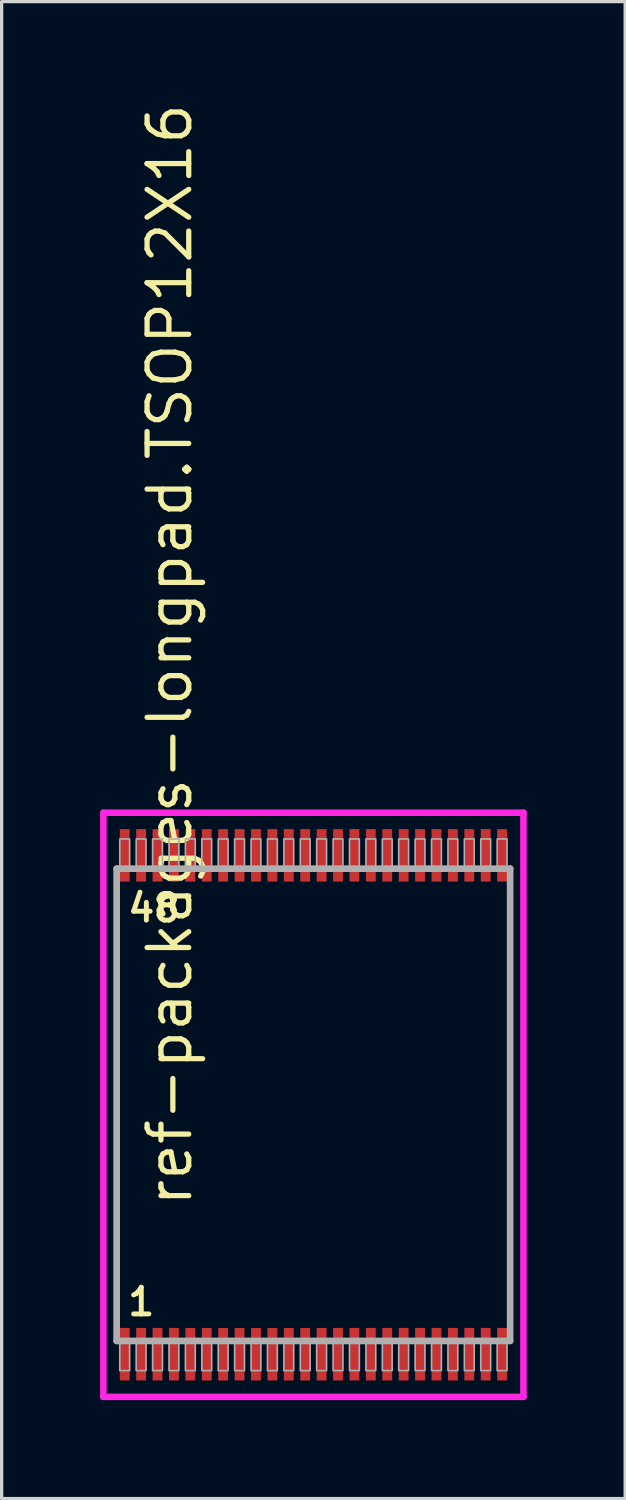
<source format=kicad_pcb>
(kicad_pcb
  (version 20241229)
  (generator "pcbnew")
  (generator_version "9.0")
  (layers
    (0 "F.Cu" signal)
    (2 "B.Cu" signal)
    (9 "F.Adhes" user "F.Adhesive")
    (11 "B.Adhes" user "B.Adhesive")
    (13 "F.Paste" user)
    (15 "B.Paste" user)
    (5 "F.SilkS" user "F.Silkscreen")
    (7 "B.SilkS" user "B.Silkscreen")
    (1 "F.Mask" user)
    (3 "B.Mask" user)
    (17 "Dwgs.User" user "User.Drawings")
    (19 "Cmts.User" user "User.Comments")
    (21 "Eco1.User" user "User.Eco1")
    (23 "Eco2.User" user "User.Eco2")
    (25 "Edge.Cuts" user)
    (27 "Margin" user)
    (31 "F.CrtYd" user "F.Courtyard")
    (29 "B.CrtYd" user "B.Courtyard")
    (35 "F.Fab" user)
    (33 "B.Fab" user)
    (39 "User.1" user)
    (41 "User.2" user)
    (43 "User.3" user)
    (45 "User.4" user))
  (footprint "ref-packages-longpad.TSOP12X16"
    (layer "F.Cu")
    (at 6.5 30.615)
    (property "Reference" "ref-packages-longpad.TSOP12X16" (at -3.635 3.175 90) (layer "F.SilkS") (effects (font (size 1.27 1.27) (thickness 0.16)) (justify left bottom)))
    (attr smd)
    (fp_line (start -6.4 -8.9) (end 6.4 -8.9) (stroke (width 0.2) (type default)) (layer "F.CrtYd"))
    (fp_line (start -6.4 8.9) (end -6.4 -8.9) (stroke (width 0.2) (type default)) (layer "F.CrtYd"))
    (fp_line (start 6.4 -8.9) (end 6.4 8.9) (stroke (width 0.2) (type default)) (layer "F.CrtYd"))
    (fp_line (start 6.4 8.9) (end -6.4 8.9) (stroke (width 0.2) (type default)) (layer "F.CrtYd"))
    (fp_line (start -5.995 -7.195) (end 5.995 -7.195) (stroke (width 0.203) (type default)) (layer "F.Fab"))
    (fp_line (start -5.995 7.195) (end -5.995 -7.195) (stroke (width 0.203) (type default)) (layer "F.Fab"))
    (fp_line (start 5.995 -7.195) (end 5.995 7.195) (stroke (width 0.203) (type default)) (layer "F.Fab"))
    (fp_line (start 5.995 7.195) (end -5.995 7.195) (stroke (width 0.203) (type default)) (layer "F.Fab"))
    (fp_rect (start -5.9 -7.25) (end -5.6 -8.1) (stroke (width 0.05) (type default)) (fill no) (layer "F.Fab"))
    (fp_rect (start -5.9 8.1) (end -5.6 7.25) (stroke (width 0.05) (type default)) (fill no) (layer "F.Fab"))
    (fp_rect (start -5.4 -7.25) (end -5.1 -8.1) (stroke (width 0.05) (type default)) (fill no) (layer "F.Fab"))
    (fp_rect (start -5.4 8.1) (end -5.1 7.25) (stroke (width 0.05) (type default)) (fill no) (layer "F.Fab"))
    (fp_rect (start -4.9 -7.25) (end -4.6 -8.1) (stroke (width 0.05) (type default)) (fill no) (layer "F.Fab"))
    (fp_rect (start -4.9 8.1) (end -4.6 7.25) (stroke (width 0.05) (type default)) (fill no) (layer "F.Fab"))
    (fp_rect (start -4.4 -7.25) (end -4.1 -8.1) (stroke (width 0.05) (type default)) (fill no) (layer "F.Fab"))
    (fp_rect (start -4.4 8.1) (end -4.1 7.25) (stroke (width 0.05) (type default)) (fill no) (layer "F.Fab"))
    (fp_rect (start -3.9 -7.25) (end -3.6 -8.1) (stroke (width 0.05) (type default)) (fill no) (layer "F.Fab"))
    (fp_rect (start -3.9 8.1) (end -3.6 7.25) (stroke (width 0.05) (type default)) (fill no) (layer "F.Fab"))
    (fp_rect (start -3.4 -7.25) (end -3.1 -8.1) (stroke (width 0.05) (type default)) (fill no) (layer "F.Fab"))
    (fp_rect (start -3.4 8.1) (end -3.1 7.25) (stroke (width 0.05) (type default)) (fill no) (layer "F.Fab"))
    (fp_rect (start -2.9 -7.25) (end -2.6 -8.1) (stroke (width 0.05) (type default)) (fill no) (layer "F.Fab"))
    (fp_rect (start -2.9 8.1) (end -2.6 7.25) (stroke (width 0.05) (type default)) (fill no) (layer "F.Fab"))
    (fp_rect (start -2.4 -7.25) (end -2.1 -8.1) (stroke (width 0.05) (type default)) (fill no) (layer "F.Fab"))
    (fp_rect (start -2.4 8.1) (end -2.1 7.25) (stroke (width 0.05) (type default)) (fill no) (layer "F.Fab"))
    (fp_rect (start -1.9 -7.25) (end -1.6 -8.1) (stroke (width 0.05) (type default)) (fill no) (layer "F.Fab"))
    (fp_rect (start -1.9 8.1) (end -1.6 7.25) (stroke (width 0.05) (type default)) (fill no) (layer "F.Fab"))
    (fp_rect (start -1.4 -7.25) (end -1.1 -8.1) (stroke (width 0.05) (type default)) (fill no) (layer "F.Fab"))
    (fp_rect (start -1.4 8.1) (end -1.1 7.25) (stroke (width 0.05) (type default)) (fill no) (layer "F.Fab"))
    (fp_rect (start -0.9 -7.25) (end -0.6 -8.1) (stroke (width 0.05) (type default)) (fill no) (layer "F.Fab"))
    (fp_rect (start -0.9 8.1) (end -0.6 7.25) (stroke (width 0.05) (type default)) (fill no) (layer "F.Fab"))
    (fp_rect (start -0.4 -7.25) (end -0.1 -8.1) (stroke (width 0.05) (type default)) (fill no) (layer "F.Fab"))
    (fp_rect (start -0.4 8.1) (end -0.1 7.25) (stroke (width 0.05) (type default)) (fill no) (layer "F.Fab"))
    (fp_rect (start 0.1 -7.25) (end 0.4 -8.1) (stroke (width 0.05) (type default)) (fill no) (layer "F.Fab"))
    (fp_rect (start 0.1 8.1) (end 0.4 7.25) (stroke (width 0.05) (type default)) (fill no) (layer "F.Fab"))
    (fp_rect (start 0.6 -7.25) (end 0.9 -8.1) (stroke (width 0.05) (type default)) (fill no) (layer "F.Fab"))
    (fp_rect (start 0.6 8.1) (end 0.9 7.25) (stroke (width 0.05) (type default)) (fill no) (layer "F.Fab"))
    (fp_rect (start 1.1 -7.25) (end 1.4 -8.1) (stroke (width 0.05) (type default)) (fill no) (layer "F.Fab"))
    (fp_rect (start 1.1 8.1) (end 1.4 7.25) (stroke (width 0.05) (type default)) (fill no) (layer "F.Fab"))
    (fp_rect (start 1.6 -7.25) (end 1.9 -8.1) (stroke (width 0.05) (type default)) (fill no) (layer "F.Fab"))
    (fp_rect (start 1.6 8.1) (end 1.9 7.25) (stroke (width 0.05) (type default)) (fill no) (layer "F.Fab"))
    (fp_rect (start 2.1 -7.25) (end 2.4 -8.1) (stroke (width 0.05) (type default)) (fill no) (layer "F.Fab"))
    (fp_rect (start 2.1 8.1) (end 2.4 7.25) (stroke (width 0.05) (type default)) (fill no) (layer "F.Fab"))
    (fp_rect (start 2.6 -7.25) (end 2.9 -8.1) (stroke (width 0.05) (type default)) (fill no) (layer "F.Fab"))
    (fp_rect (start 2.6 8.1) (end 2.9 7.25) (stroke (width 0.05) (type default)) (fill no) (layer "F.Fab"))
    (fp_rect (start 3.1 -7.25) (end 3.4 -8.1) (stroke (width 0.05) (type default)) (fill no) (layer "F.Fab"))
    (fp_rect (start 3.1 8.1) (end 3.4 7.25) (stroke (width 0.05) (type default)) (fill no) (layer "F.Fab"))
    (fp_rect (start 3.6 -7.25) (end 3.9 -8.1) (stroke (width 0.05) (type default)) (fill no) (layer "F.Fab"))
    (fp_rect (start 3.6 8.1) (end 3.9 7.25) (stroke (width 0.05) (type default)) (fill no) (layer "F.Fab"))
    (fp_rect (start 4.1 -7.25) (end 4.4 -8.1) (stroke (width 0.05) (type default)) (fill no) (layer "F.Fab"))
    (fp_rect (start 4.1 8.1) (end 4.4 7.25) (stroke (width 0.05) (type default)) (fill no) (layer "F.Fab"))
    (fp_rect (start 4.6 -7.25) (end 4.9 -8.1) (stroke (width 0.05) (type default)) (fill no) (layer "F.Fab"))
    (fp_rect (start 4.6 8.1) (end 4.9 7.25) (stroke (width 0.05) (type default)) (fill no) (layer "F.Fab"))
    (fp_rect (start 5.1 -7.25) (end 5.4 -8.1) (stroke (width 0.05) (type default)) (fill no) (layer "F.Fab"))
    (fp_rect (start 5.1 8.1) (end 5.4 7.25) (stroke (width 0.05) (type default)) (fill no) (layer "F.Fab"))
    (fp_rect (start 5.6 -7.25) (end 5.9 -8.1) (stroke (width 0.05) (type default)) (fill no) (layer "F.Fab"))
    (fp_rect (start 5.6 8.1) (end 5.9 7.25) (stroke (width 0.05) (type default)) (fill no) (layer "F.Fab"))
    (fp_text user "48" (at -5.731 -5.52 0) (layer "F.SilkS") (effects (font (size 0.813 0.813) (thickness 0.15)) (justify left bottom)))
    (fp_text user "1" (at -5.731 6.48 0) (layer "F.SilkS") (effects (font (size 0.813 0.813) (thickness 0.15)) (justify left bottom)))
    (pad "1" smd roundrect (at -5.75 7.6) (size 0.3 1.6) (layers "F.Cu" "F.Mask" "F.Paste") (roundrect_rratio 0.01))
    (pad "2" smd roundrect (at -5.25 7.6) (size 0.3 1.6) (layers "F.Cu" "F.Mask" "F.Paste") (roundrect_rratio 0.01))
    (pad "3" smd roundrect (at -4.75 7.6) (size 0.3 1.6) (layers "F.Cu" "F.Mask" "F.Paste") (roundrect_rratio 0.01))
    (pad "4" smd roundrect (at -4.25 7.6) (size 0.3 1.6) (layers "F.Cu" "F.Mask" "F.Paste") (roundrect_rratio 0.01))
    (pad "5" smd roundrect (at -3.75 7.6) (size 0.3 1.6) (layers "F.Cu" "F.Mask" "F.Paste") (roundrect_rratio 0.01))
    (pad "6" smd roundrect (at -3.25 7.6) (size 0.3 1.6) (layers "F.Cu" "F.Mask" "F.Paste") (roundrect_rratio 0.01))
    (pad "7" smd roundrect (at -2.75 7.6) (size 0.3 1.6) (layers "F.Cu" "F.Mask" "F.Paste") (roundrect_rratio 0.01))
    (pad "8" smd roundrect (at -2.25 7.6) (size 0.3 1.6) (layers "F.Cu" "F.Mask" "F.Paste") (roundrect_rratio 0.01))
    (pad "9" smd roundrect (at -1.75 7.6) (size 0.3 1.6) (layers "F.Cu" "F.Mask" "F.Paste") (roundrect_rratio 0.01))
    (pad "10" smd roundrect (at -1.25 7.6) (size 0.3 1.6) (layers "F.Cu" "F.Mask" "F.Paste") (roundrect_rratio 0.01))
    (pad "11" smd roundrect (at -0.75 7.6) (size 0.3 1.6) (layers "F.Cu" "F.Mask" "F.Paste") (roundrect_rratio 0.01))
    (pad "12" smd roundrect (at -0.25 7.6) (size 0.3 1.6) (layers "F.Cu" "F.Mask" "F.Paste") (roundrect_rratio 0.01))
    (pad "13" smd roundrect (at 0.25 7.6) (size 0.3 1.6) (layers "F.Cu" "F.Mask" "F.Paste") (roundrect_rratio 0.01))
    (pad "14" smd roundrect (at 0.75 7.6) (size 0.3 1.6) (layers "F.Cu" "F.Mask" "F.Paste") (roundrect_rratio 0.01))
    (pad "15" smd roundrect (at 1.25 7.6) (size 0.3 1.6) (layers "F.Cu" "F.Mask" "F.Paste") (roundrect_rratio 0.01))
    (pad "16" smd roundrect (at 1.75 7.6) (size 0.3 1.6) (layers "F.Cu" "F.Mask" "F.Paste") (roundrect_rratio 0.01))
    (pad "17" smd roundrect (at 2.25 7.6) (size 0.3 1.6) (layers "F.Cu" "F.Mask" "F.Paste") (roundrect_rratio 0.01))
    (pad "18" smd roundrect (at 2.75 7.6) (size 0.3 1.6) (layers "F.Cu" "F.Mask" "F.Paste") (roundrect_rratio 0.01))
    (pad "19" smd roundrect (at 3.25 7.6) (size 0.3 1.6) (layers "F.Cu" "F.Mask" "F.Paste") (roundrect_rratio 0.01))
    (pad "20" smd roundrect (at 3.75 7.6) (size 0.3 1.6) (layers "F.Cu" "F.Mask" "F.Paste") (roundrect_rratio 0.01))
    (pad "21" smd roundrect (at 4.25 7.6) (size 0.3 1.6) (layers "F.Cu" "F.Mask" "F.Paste") (roundrect_rratio 0.01))
    (pad "22" smd roundrect (at 4.75 7.6) (size 0.3 1.6) (layers "F.Cu" "F.Mask" "F.Paste") (roundrect_rratio 0.01))
    (pad "23" smd roundrect (at 5.25 7.6) (size 0.3 1.6) (layers "F.Cu" "F.Mask" "F.Paste") (roundrect_rratio 0.01))
    (pad "24" smd roundrect (at 5.75 7.6) (size 0.3 1.6) (layers "F.Cu" "F.Mask" "F.Paste") (roundrect_rratio 0.01))
    (pad "25" smd roundrect (at 5.75 -7.6) (size 0.3 1.6) (layers "F.Cu" "F.Mask" "F.Paste") (roundrect_rratio 0.01))
    (pad "26" smd roundrect (at 5.25 -7.6) (size 0.3 1.6) (layers "F.Cu" "F.Mask" "F.Paste") (roundrect_rratio 0.01))
    (pad "27" smd roundrect (at 4.75 -7.6) (size 0.3 1.6) (layers "F.Cu" "F.Mask" "F.Paste") (roundrect_rratio 0.01))
    (pad "28" smd roundrect (at 4.25 -7.6) (size 0.3 1.6) (layers "F.Cu" "F.Mask" "F.Paste") (roundrect_rratio 0.01))
    (pad "29" smd roundrect (at 3.75 -7.6) (size 0.3 1.6) (layers "F.Cu" "F.Mask" "F.Paste") (roundrect_rratio 0.01))
    (pad "30" smd roundrect (at 3.25 -7.6) (size 0.3 1.6) (layers "F.Cu" "F.Mask" "F.Paste") (roundrect_rratio 0.01))
    (pad "31" smd roundrect (at 2.75 -7.6) (size 0.3 1.6) (layers "F.Cu" "F.Mask" "F.Paste") (roundrect_rratio 0.01))
    (pad "32" smd roundrect (at 2.25 -7.6) (size 0.3 1.6) (layers "F.Cu" "F.Mask" "F.Paste") (roundrect_rratio 0.01))
    (pad "33" smd roundrect (at 1.75 -7.6) (size 0.3 1.6) (layers "F.Cu" "F.Mask" "F.Paste") (roundrect_rratio 0.01))
    (pad "34" smd roundrect (at 1.25 -7.6) (size 0.3 1.6) (layers "F.Cu" "F.Mask" "F.Paste") (roundrect_rratio 0.01))
    (pad "35" smd roundrect (at 0.75 -7.6) (size 0.3 1.6) (layers "F.Cu" "F.Mask" "F.Paste") (roundrect_rratio 0.01))
    (pad "36" smd roundrect (at 0.25 -7.6) (size 0.3 1.6) (layers "F.Cu" "F.Mask" "F.Paste") (roundrect_rratio 0.01))
    (pad "37" smd roundrect (at -0.25 -7.6) (size 0.3 1.6) (layers "F.Cu" "F.Mask" "F.Paste") (roundrect_rratio 0.01))
    (pad "38" smd roundrect (at -0.75 -7.6) (size 0.3 1.6) (layers "F.Cu" "F.Mask" "F.Paste") (roundrect_rratio 0.01))
    (pad "39" smd roundrect (at -1.25 -7.6) (size 0.3 1.6) (layers "F.Cu" "F.Mask" "F.Paste") (roundrect_rratio 0.01))
    (pad "40" smd roundrect (at -1.75 -7.6) (size 0.3 1.6) (layers "F.Cu" "F.Mask" "F.Paste") (roundrect_rratio 0.01))
    (pad "41" smd roundrect (at -2.25 -7.6) (size 0.3 1.6) (layers "F.Cu" "F.Mask" "F.Paste") (roundrect_rratio 0.01))
    (pad "42" smd roundrect (at -2.75 -7.6) (size 0.3 1.6) (layers "F.Cu" "F.Mask" "F.Paste") (roundrect_rratio 0.01))
    (pad "43" smd roundrect (at -3.25 -7.6) (size 0.3 1.6) (layers "F.Cu" "F.Mask" "F.Paste") (roundrect_rratio 0.01))
    (pad "44" smd roundrect (at -3.75 -7.6) (size 0.3 1.6) (layers "F.Cu" "F.Mask" "F.Paste") (roundrect_rratio 0.01))
    (pad "45" smd roundrect (at -4.25 -7.6) (size 0.3 1.6) (layers "F.Cu" "F.Mask" "F.Paste") (roundrect_rratio 0.01))
    (pad "46" smd roundrect (at -4.75 -7.6) (size 0.3 1.6) (layers "F.Cu" "F.Mask" "F.Paste") (roundrect_rratio 0.01))
    (pad "47" smd roundrect (at -5.25 -7.6) (size 0.3 1.6) (layers "F.Cu" "F.Mask" "F.Paste") (roundrect_rratio 0.01))
    (pad "48" smd roundrect (at -5.75 -7.6) (size 0.3 1.6) (layers "F.Cu" "F.Mask" "F.Paste") (roundrect_rratio 0.01)))
  (gr_rect
    (start -3 -3)
    (end 16 42.615)
    (stroke (width 0.1) (type default))
    (fill no)
    (layer "Edge.Cuts")))
</source>
